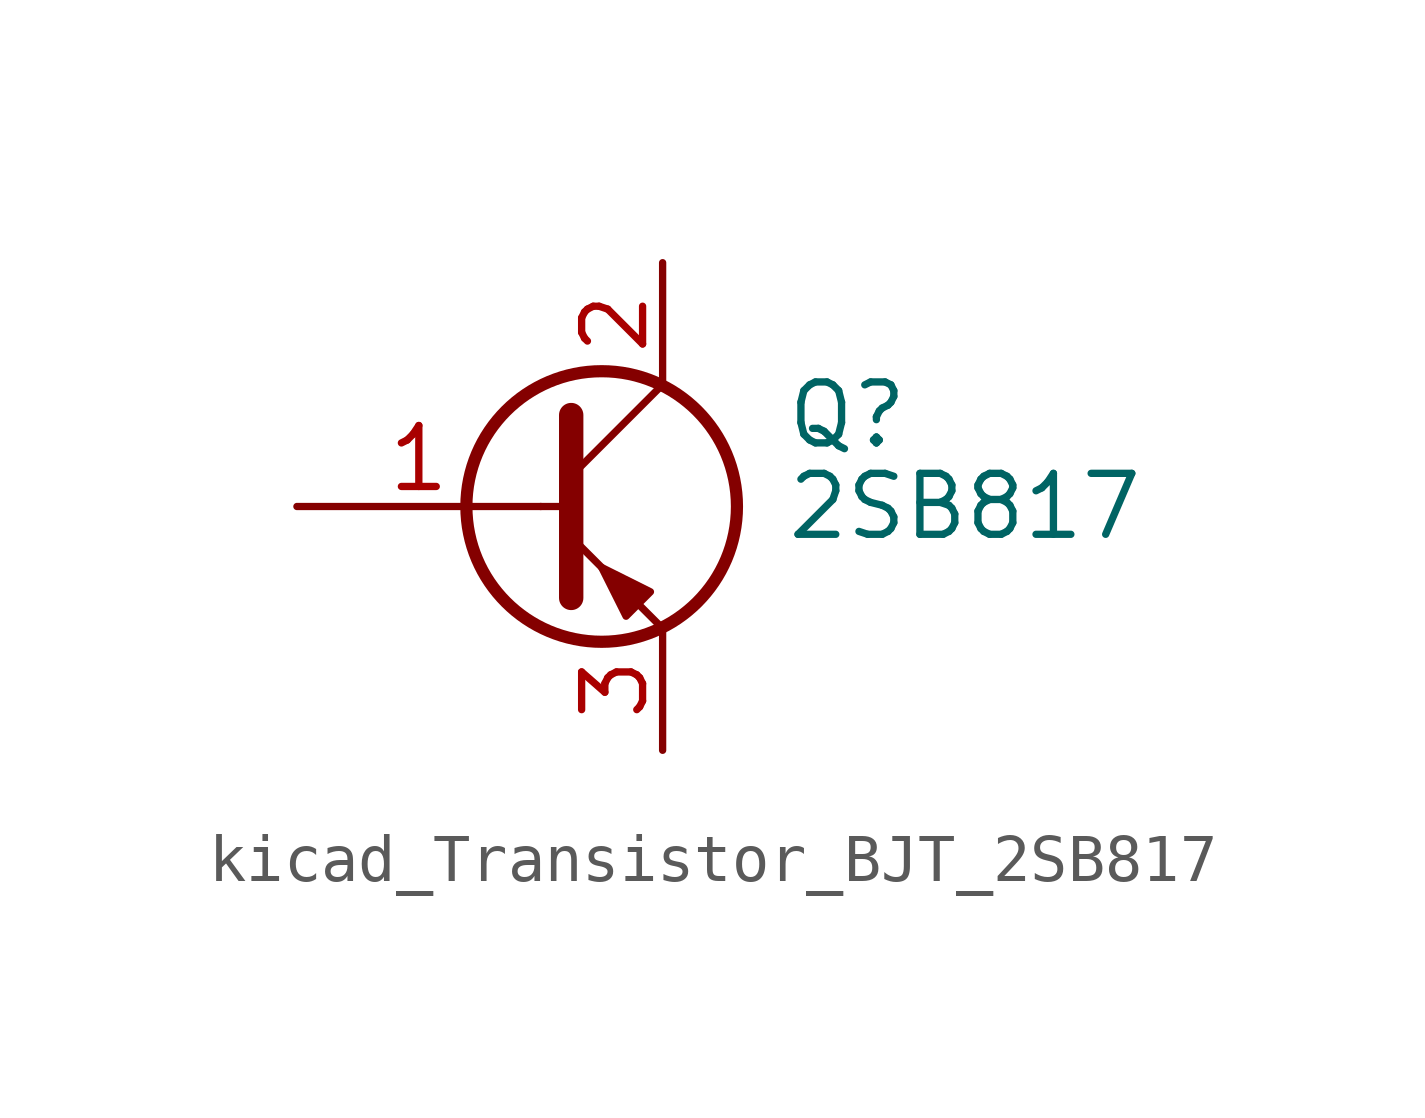
<source format=kicad_sym>
(kicad_symbol_lib
  (version 20220914)
  (generator kicad_symbol_editor)
  (symbol "kicad_Transistor_BJT_2SB817"
    (pin_names
      (offset 0) hide)
    (property "Reference" "Q"
      (at 5.08 1.905 0)
      (effects (font (size 1.27 1.27)) (justify left)))
    (property "Value" "2SB817"
      (at 5.08 0 0)
      (effects (font (size 1.27 1.27)) (justify left)))
    (symbol "kicad_Transistor_BJT_2SB817_0_1"
      (polyline (pts (xy 0 0) (xy 0.635 0)) (stroke (width 0) (type default)) (fill (type none)))
      (polyline (pts (xy 2.54 2.54) (xy 0.635 0.635)) (stroke (width 0) (type default)) (fill (type none)))
      (polyline (pts (xy 0.635 -0.635) (xy 2.54 -2.54) (xy 2.54 -2.54)) (stroke (width 0) (type default)) (fill (type none)))
      (polyline (pts (xy 0.635 1.905) (xy 0.635 -1.905) (xy 0.635 -1.905)) (stroke (width 0.508) (type default)) (fill (type none)))
      (polyline (pts (xy 1.778 -2.286) (xy 2.286 -1.778) (xy 1.27 -1.27) (xy 1.778 -2.286) (xy 1.778 -2.286)) (stroke (width 0) (type default)) (fill (type outline)))
      (circle (center 1.27 0) (radius 2.819) (stroke (width 0.254) (type default)) (fill (type none))))
    (symbol "kicad_Transistor_BJT_2SB817_1_1"
      (pin input line (at -5.08 0 0) (length 5.08) (name "B" (effects (font (size 1.27 1.27)))) (number "1" (effects (font (size 1.27 1.27)))))
      (pin passive line (at 2.54 5.08 270) (length 2.54) (name "C" (effects (font (size 1.27 1.27)))) (number "2" (effects (font (size 1.27 1.27)))))
      (pin passive line (at 2.54 -5.08 90) (length 2.54) (name "E" (effects (font (size 1.27 1.27)))) (number "3" (effects (font (size 1.27 1.27))))))))
</source>
